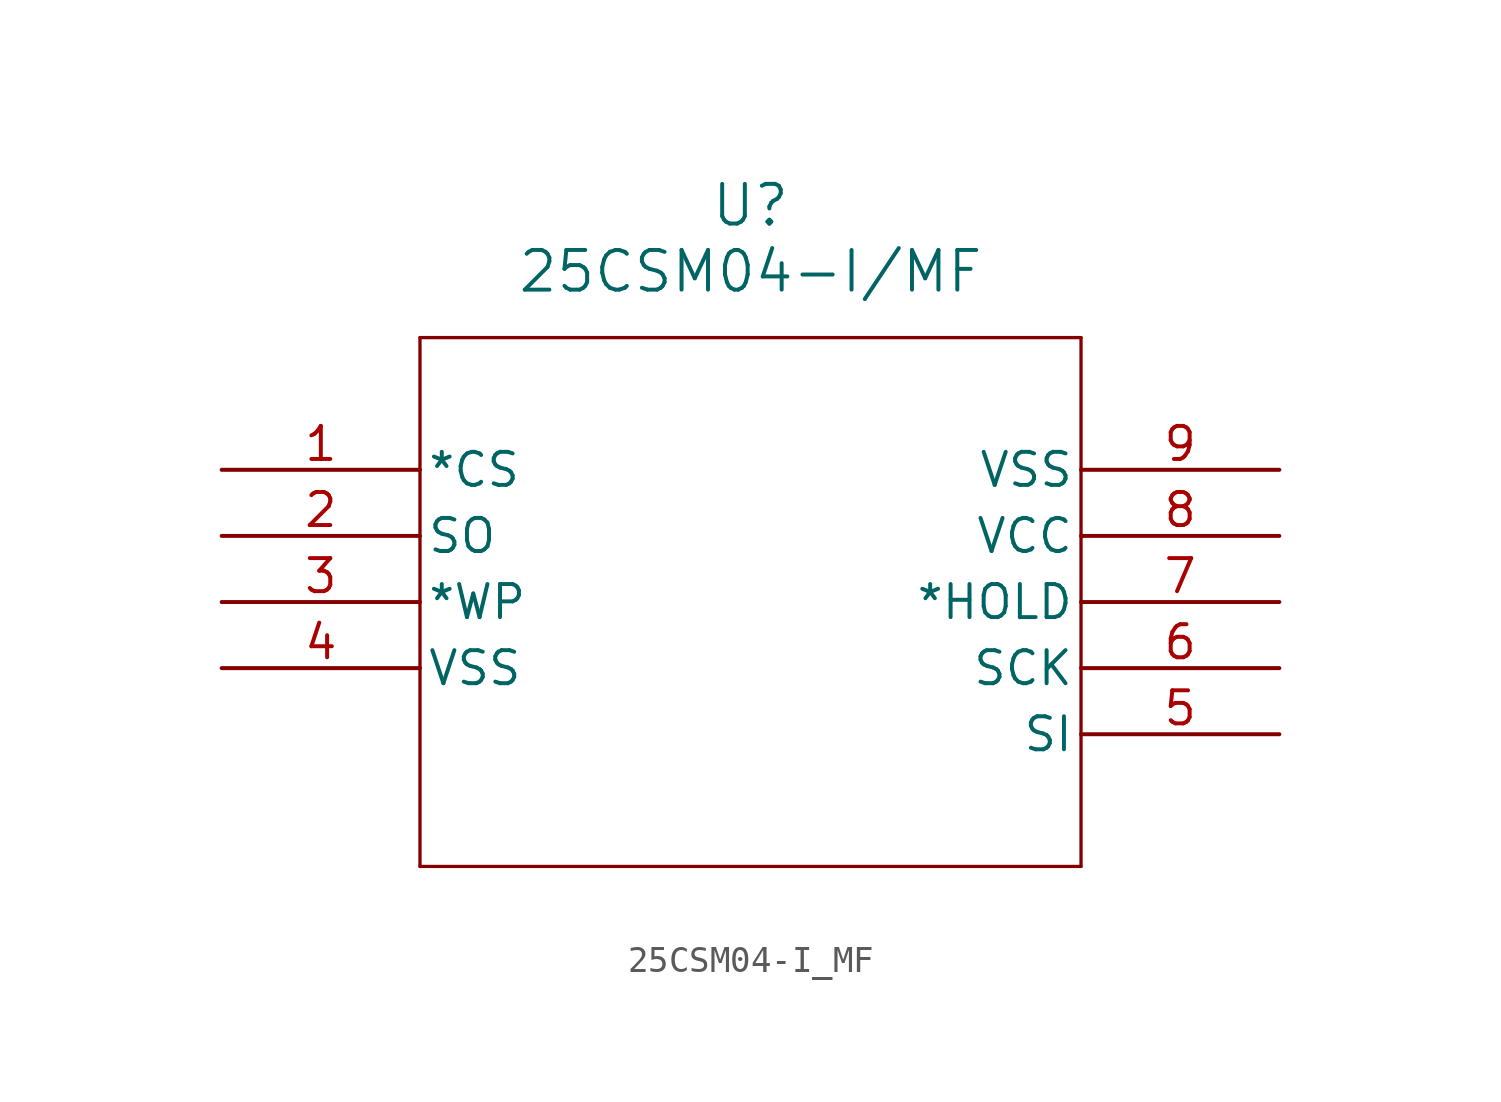
<source format=kicad_sym>
(kicad_symbol_lib
  (version 20211014)
  (generator kicad_symbol_editor)
  (symbol "25CSM04-I_MF"
    (pin_names
      (offset 0.254))
    (property "Reference" "U"
      (at 20.32 10.16 0)
      (effects (font (size 1.524 1.524))))
    (property "Value" "25CSM04-I/MF"
      (at 20.32 7.62 0)
      (effects (font (size 1.524 1.524))))
    (symbol "25CSM04-I_MF_0_1"
      (polyline (pts (xy 7.62 5.08) (xy 7.62 -15.24)) (stroke (width 0.127) (type default) (color 0 0 0 0)) (fill (type none)))
      (polyline (pts (xy 7.62 -15.24) (xy 33.02 -15.24)) (stroke (width 0.127) (type default) (color 0 0 0 0)) (fill (type none)))
      (polyline (pts (xy 33.02 -15.24) (xy 33.02 5.08)) (stroke (width 0.127) (type default) (color 0 0 0 0)) (fill (type none)))
      (polyline (pts (xy 33.02 5.08) (xy 7.62 5.08)) (stroke (width 0.127) (type default) (color 0 0 0 0)) (fill (type none)))
      (pin input line (at 0 0 0) (length 7.62) (name "*CS" (effects (font (size 1.27 1.27)))) (number "1" (effects (font (size 1.27 1.27)))))
      (pin output line (at 0 -2.54 0) (length 7.62) (name "SO" (effects (font (size 1.27 1.27)))) (number "2" (effects (font (size 1.27 1.27)))))
      (pin input line (at 0 -5.08 0) (length 7.62) (name "*WP" (effects (font (size 1.27 1.27)))) (number "3" (effects (font (size 1.27 1.27)))))
      (pin power_out line (at 0 -7.62 0) (length 7.62) (name "VSS" (effects (font (size 1.27 1.27)))) (number "4" (effects (font (size 1.27 1.27)))))
      (pin input line (at 40.64 -10.16 180) (length 7.62) (name "SI" (effects (font (size 1.27 1.27)))) (number "5" (effects (font (size 1.27 1.27)))))
      (pin input line (at 40.64 -7.62 180) (length 7.62) (name "SCK" (effects (font (size 1.27 1.27)))) (number "6" (effects (font (size 1.27 1.27)))))
      (pin input line (at 40.64 -5.08 180) (length 7.62) (name "*HOLD" (effects (font (size 1.27 1.27)))) (number "7" (effects (font (size 1.27 1.27)))))
      (pin power_in line (at 40.64 -2.54 180) (length 7.62) (name "VCC" (effects (font (size 1.27 1.27)))) (number "8" (effects (font (size 1.27 1.27)))))
      (pin power_out line (at 40.64 0 180) (length 7.62) (name "VSS" (effects (font (size 1.27 1.27)))) (number "9" (effects (font (size 1.27 1.27))))))))
</source>
